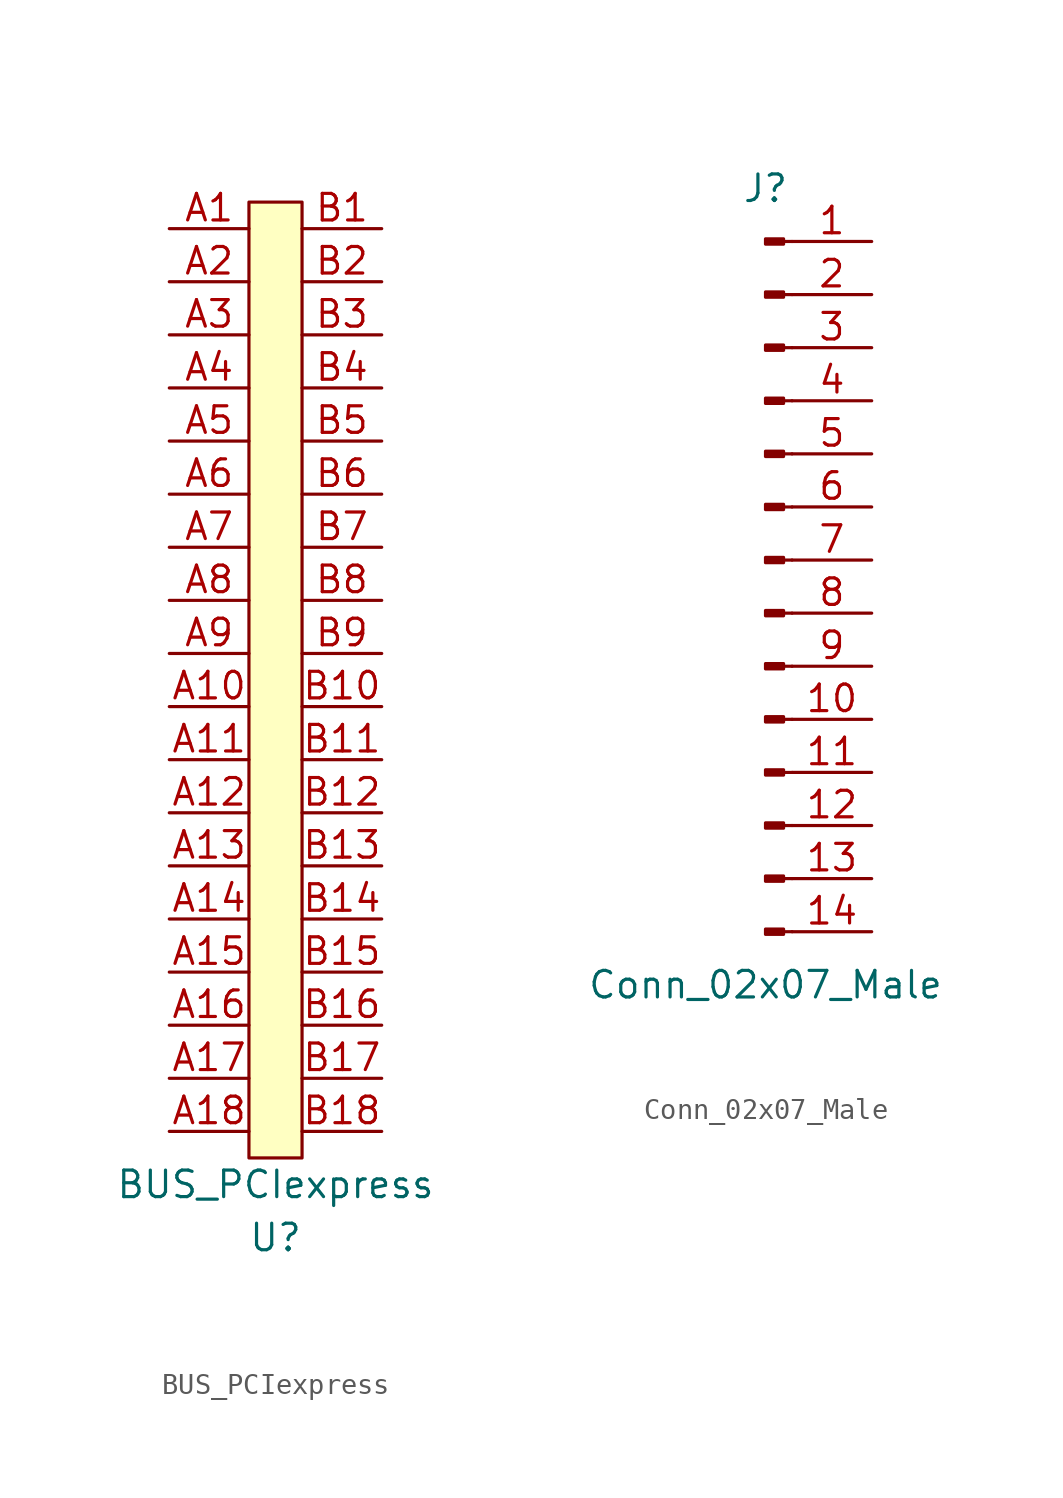
<source format=kicad_sym>
(kicad_symbol_lib
  (version 20220914)
  (generator kicad_symbol_editor)
  (symbol "BUS_PCIexpress"
    (pin_names
      (offset 1.016))
    (property "Reference" "U"
      (at 0 -26.67 0)
      (effects (font (size 1.27 1.27))))
    (property "Value" "BUS_PCIexpress"
      (at 0 -24.13 0)
      (effects (font (size 1.27 1.27))))
    (symbol "BUS_PCIexpress_0_1"
      (rectangle (start -1.27 22.86) (end 1.27 -22.86) (stroke (width 0) (type default)) (fill (type background))))
    (symbol "BUS_PCIexpress_1_1"
      (pin input line (at -5.08 21.59 0) (length 3.81) (name "~" (effects (font (size 1.27 1.27)))) (number "A1" (effects (font (size 1.27 1.27)))))
      (pin input line (at -5.08 -1.27 0) (length 3.81) (name "~" (effects (font (size 1.27 1.27)))) (number "A10" (effects (font (size 1.27 1.27)))))
      (pin input line (at -5.08 -3.81 0) (length 3.81) (name "~" (effects (font (size 1.27 1.27)))) (number "A11" (effects (font (size 1.27 1.27)))))
      (pin input line (at -5.08 -6.35 0) (length 3.81) (name "~" (effects (font (size 1.27 1.27)))) (number "A12" (effects (font (size 1.27 1.27)))))
      (pin input line (at -5.08 -8.89 0) (length 3.81) (name "~" (effects (font (size 1.27 1.27)))) (number "A13" (effects (font (size 1.27 1.27)))))
      (pin input line (at -5.08 -11.43 0) (length 3.81) (name "~" (effects (font (size 1.27 1.27)))) (number "A14" (effects (font (size 1.27 1.27)))))
      (pin input line (at -5.08 -13.97 0) (length 3.81) (name "~" (effects (font (size 1.27 1.27)))) (number "A15" (effects (font (size 1.27 1.27)))))
      (pin input line (at -5.08 -16.51 0) (length 3.81) (name "~" (effects (font (size 1.27 1.27)))) (number "A16" (effects (font (size 1.27 1.27)))))
      (pin input line (at -5.08 -19.05 0) (length 3.81) (name "~" (effects (font (size 1.27 1.27)))) (number "A17" (effects (font (size 1.27 1.27)))))
      (pin input line (at -5.08 -21.59 0) (length 3.81) (name "~" (effects (font (size 1.27 1.27)))) (number "A18" (effects (font (size 1.27 1.27)))))
      (pin input line (at -5.08 19.05 0) (length 3.81) (name "~" (effects (font (size 1.27 1.27)))) (number "A2" (effects (font (size 1.27 1.27)))))
      (pin input line (at -5.08 16.51 0) (length 3.81) (name "~" (effects (font (size 1.27 1.27)))) (number "A3" (effects (font (size 1.27 1.27)))))
      (pin input line (at -5.08 13.97 0) (length 3.81) (name "~" (effects (font (size 1.27 1.27)))) (number "A4" (effects (font (size 1.27 1.27)))))
      (pin input line (at -5.08 11.43 0) (length 3.81) (name "~" (effects (font (size 1.27 1.27)))) (number "A5" (effects (font (size 1.27 1.27)))))
      (pin input line (at -5.08 8.89 0) (length 3.81) (name "~" (effects (font (size 1.27 1.27)))) (number "A6" (effects (font (size 1.27 1.27)))))
      (pin input line (at -5.08 6.35 0) (length 3.81) (name "~" (effects (font (size 1.27 1.27)))) (number "A7" (effects (font (size 1.27 1.27)))))
      (pin input line (at -5.08 3.81 0) (length 3.81) (name "~" (effects (font (size 1.27 1.27)))) (number "A8" (effects (font (size 1.27 1.27)))))
      (pin input line (at -5.08 1.27 0) (length 3.81) (name "~" (effects (font (size 1.27 1.27)))) (number "A9" (effects (font (size 1.27 1.27)))))
      (pin input line (at 5.08 21.59 180) (length 3.81) (name "~" (effects (font (size 1.27 1.27)))) (number "B1" (effects (font (size 1.27 1.27)))))
      (pin input line (at 5.08 -1.27 180) (length 3.81) (name "~" (effects (font (size 1.27 1.27)))) (number "B10" (effects (font (size 1.27 1.27)))))
      (pin input line (at 5.08 -3.81 180) (length 3.81) (name "~" (effects (font (size 1.27 1.27)))) (number "B11" (effects (font (size 1.27 1.27)))))
      (pin input line (at 5.08 -6.35 180) (length 3.81) (name "~" (effects (font (size 1.27 1.27)))) (number "B12" (effects (font (size 1.27 1.27)))))
      (pin input line (at 5.08 -8.89 180) (length 3.81) (name "~" (effects (font (size 1.27 1.27)))) (number "B13" (effects (font (size 1.27 1.27)))))
      (pin input line (at 5.08 -11.43 180) (length 3.81) (name "~" (effects (font (size 1.27 1.27)))) (number "B14" (effects (font (size 1.27 1.27)))))
      (pin input line (at 5.08 -13.97 180) (length 3.81) (name "~" (effects (font (size 1.27 1.27)))) (number "B15" (effects (font (size 1.27 1.27)))))
      (pin input line (at 5.08 -16.51 180) (length 3.81) (name "~" (effects (font (size 1.27 1.27)))) (number "B16" (effects (font (size 1.27 1.27)))))
      (pin input line (at 5.08 -19.05 180) (length 3.81) (name "~" (effects (font (size 1.27 1.27)))) (number "B17" (effects (font (size 1.27 1.27)))))
      (pin input line (at 5.08 -21.59 180) (length 3.81) (name "~" (effects (font (size 1.27 1.27)))) (number "B18" (effects (font (size 1.27 1.27)))))
      (pin input line (at 5.08 19.05 180) (length 3.81) (name "~" (effects (font (size 1.27 1.27)))) (number "B2" (effects (font (size 1.27 1.27)))))
      (pin input line (at 5.08 16.51 180) (length 3.81) (name "~" (effects (font (size 1.27 1.27)))) (number "B3" (effects (font (size 1.27 1.27)))))
      (pin input line (at 5.08 13.97 180) (length 3.81) (name "~" (effects (font (size 1.27 1.27)))) (number "B4" (effects (font (size 1.27 1.27)))))
      (pin input line (at 5.08 11.43 180) (length 3.81) (name "~" (effects (font (size 1.27 1.27)))) (number "B5" (effects (font (size 1.27 1.27)))))
      (pin input line (at 5.08 8.89 180) (length 3.81) (name "~" (effects (font (size 1.27 1.27)))) (number "B6" (effects (font (size 1.27 1.27)))))
      (pin input line (at 5.08 6.35 180) (length 3.81) (name "~" (effects (font (size 1.27 1.27)))) (number "B7" (effects (font (size 1.27 1.27)))))
      (pin input line (at 5.08 3.81 180) (length 3.81) (name "~" (effects (font (size 1.27 1.27)))) (number "B8" (effects (font (size 1.27 1.27)))))
      (pin input line (at 5.08 1.27 180) (length 3.81) (name "~" (effects (font (size 1.27 1.27)))) (number "B9" (effects (font (size 1.27 1.27)))))))
  (symbol "Conn_02x07_Male"
    (pin_names
      (offset 1.016) hide)
    (property "Reference" "J"
      (at 0 17.78 0)
      (effects (font (size 1.27 1.27))))
    (property "Value" "Conn_02x07_Male"
      (at 0 -20.32 0)
      (effects (font (size 1.27 1.27))))
    (symbol "Conn_02x07_Male_1_1"
      (polyline (pts (xy 1.27 -17.78) (xy 0.864 -17.78)) (stroke (width 0.152) (type default)) (fill (type none)))
      (polyline (pts (xy 1.27 -15.24) (xy 0.864 -15.24)) (stroke (width 0.152) (type default)) (fill (type none)))
      (polyline (pts (xy 1.27 -12.7) (xy 0.864 -12.7)) (stroke (width 0.152) (type default)) (fill (type none)))
      (polyline (pts (xy 1.27 -10.16) (xy 0.864 -10.16)) (stroke (width 0.152) (type default)) (fill (type none)))
      (polyline (pts (xy 1.27 -7.62) (xy 0.864 -7.62)) (stroke (width 0.152) (type default)) (fill (type none)))
      (polyline (pts (xy 1.27 -5.08) (xy 0.864 -5.08)) (stroke (width 0.152) (type default)) (fill (type none)))
      (polyline (pts (xy 1.27 -2.54) (xy 0.864 -2.54)) (stroke (width 0.152) (type default)) (fill (type none)))
      (polyline (pts (xy 1.27 0) (xy 0.864 0)) (stroke (width 0.152) (type default)) (fill (type none)))
      (polyline (pts (xy 1.27 2.54) (xy 0.864 2.54)) (stroke (width 0.152) (type default)) (fill (type none)))
      (polyline (pts (xy 1.27 5.08) (xy 0.864 5.08)) (stroke (width 0.152) (type default)) (fill (type none)))
      (polyline (pts (xy 1.27 7.62) (xy 0.864 7.62)) (stroke (width 0.152) (type default)) (fill (type none)))
      (polyline (pts (xy 1.27 10.16) (xy 0.864 10.16)) (stroke (width 0.152) (type default)) (fill (type none)))
      (polyline (pts (xy 1.27 12.7) (xy 0.864 12.7)) (stroke (width 0.152) (type default)) (fill (type none)))
      (polyline (pts (xy 1.27 15.24) (xy 0.864 15.24)) (stroke (width 0.152) (type default)) (fill (type none)))
      (rectangle (start 0.864 -17.653) (end 0 -17.907) (stroke (width 0.152) (type default)) (fill (type outline)))
      (rectangle (start 0.864 -15.113) (end 0 -15.367) (stroke (width 0.152) (type default)) (fill (type outline)))
      (rectangle (start 0.864 -12.573) (end 0 -12.827) (stroke (width 0.152) (type default)) (fill (type outline)))
      (rectangle (start 0.864 -10.033) (end 0 -10.287) (stroke (width 0.152) (type default)) (fill (type outline)))
      (rectangle (start 0.864 -7.493) (end 0 -7.747) (stroke (width 0.152) (type default)) (fill (type outline)))
      (rectangle (start 0.864 -4.953) (end 0 -5.207) (stroke (width 0.152) (type default)) (fill (type outline)))
      (rectangle (start 0.864 -2.413) (end 0 -2.667) (stroke (width 0.152) (type default)) (fill (type outline)))
      (rectangle (start 0.864 0.127) (end 0 -0.127) (stroke (width 0.152) (type default)) (fill (type outline)))
      (rectangle (start 0.864 2.667) (end 0 2.413) (stroke (width 0.152) (type default)) (fill (type outline)))
      (rectangle (start 0.864 5.207) (end 0 4.953) (stroke (width 0.152) (type default)) (fill (type outline)))
      (rectangle (start 0.864 7.747) (end 0 7.493) (stroke (width 0.152) (type default)) (fill (type outline)))
      (rectangle (start 0.864 10.287) (end 0 10.033) (stroke (width 0.152) (type default)) (fill (type outline)))
      (rectangle (start 0.864 12.827) (end 0 12.573) (stroke (width 0.152) (type default)) (fill (type outline)))
      (rectangle (start 0.864 15.367) (end 0 15.113) (stroke (width 0.152) (type default)) (fill (type outline)))
      (pin passive line (at 5.08 15.24 180) (length 3.81) (name "Pin_1" (effects (font (size 1.27 1.27)))) (number "1" (effects (font (size 1.27 1.27)))))
      (pin passive line (at 5.08 -7.62 180) (length 3.81) (name "Pin_10" (effects (font (size 1.27 1.27)))) (number "10" (effects (font (size 1.27 1.27)))))
      (pin passive line (at 5.08 -10.16 180) (length 3.81) (name "Pin_11" (effects (font (size 1.27 1.27)))) (number "11" (effects (font (size 1.27 1.27)))))
      (pin passive line (at 5.08 -12.7 180) (length 3.81) (name "Pin_12" (effects (font (size 1.27 1.27)))) (number "12" (effects (font (size 1.27 1.27)))))
      (pin passive line (at 5.08 -15.24 180) (length 3.81) (name "Pin_13" (effects (font (size 1.27 1.27)))) (number "13" (effects (font (size 1.27 1.27)))))
      (pin passive line (at 5.08 -17.78 180) (length 3.81) (name "Pin_14" (effects (font (size 1.27 1.27)))) (number "14" (effects (font (size 1.27 1.27)))))
      (pin passive line (at 5.08 12.7 180) (length 3.81) (name "Pin_2" (effects (font (size 1.27 1.27)))) (number "2" (effects (font (size 1.27 1.27)))))
      (pin passive line (at 5.08 10.16 180) (length 3.81) (name "Pin_3" (effects (font (size 1.27 1.27)))) (number "3" (effects (font (size 1.27 1.27)))))
      (pin passive line (at 5.08 7.62 180) (length 3.81) (name "Pin_4" (effects (font (size 1.27 1.27)))) (number "4" (effects (font (size 1.27 1.27)))))
      (pin passive line (at 5.08 5.08 180) (length 3.81) (name "Pin_5" (effects (font (size 1.27 1.27)))) (number "5" (effects (font (size 1.27 1.27)))))
      (pin passive line (at 5.08 2.54 180) (length 3.81) (name "Pin_6" (effects (font (size 1.27 1.27)))) (number "6" (effects (font (size 1.27 1.27)))))
      (pin passive line (at 5.08 0 180) (length 3.81) (name "Pin_7" (effects (font (size 1.27 1.27)))) (number "7" (effects (font (size 1.27 1.27)))))
      (pin passive line (at 5.08 -2.54 180) (length 3.81) (name "Pin_8" (effects (font (size 1.27 1.27)))) (number "8" (effects (font (size 1.27 1.27)))))
      (pin passive line (at 5.08 -5.08 180) (length 3.81) (name "Pin_9" (effects (font (size 1.27 1.27)))) (number "9" (effects (font (size 1.27 1.27))))))))
</source>
